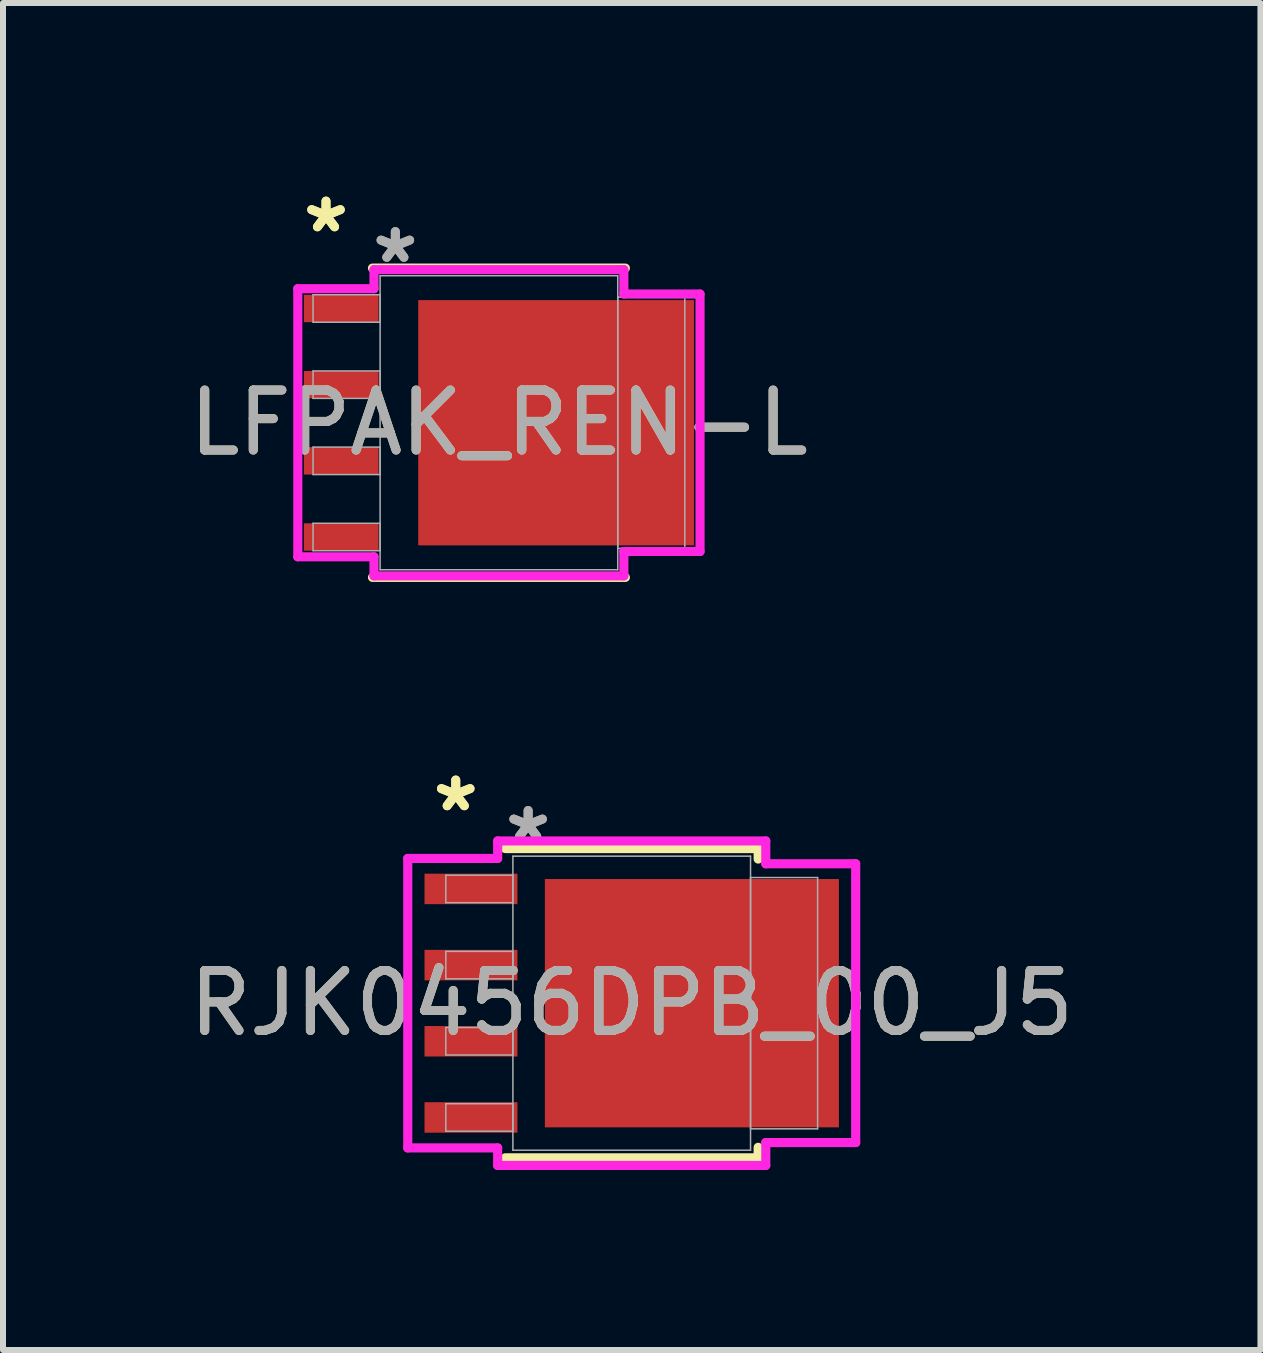
<source format=kicad_pcb>
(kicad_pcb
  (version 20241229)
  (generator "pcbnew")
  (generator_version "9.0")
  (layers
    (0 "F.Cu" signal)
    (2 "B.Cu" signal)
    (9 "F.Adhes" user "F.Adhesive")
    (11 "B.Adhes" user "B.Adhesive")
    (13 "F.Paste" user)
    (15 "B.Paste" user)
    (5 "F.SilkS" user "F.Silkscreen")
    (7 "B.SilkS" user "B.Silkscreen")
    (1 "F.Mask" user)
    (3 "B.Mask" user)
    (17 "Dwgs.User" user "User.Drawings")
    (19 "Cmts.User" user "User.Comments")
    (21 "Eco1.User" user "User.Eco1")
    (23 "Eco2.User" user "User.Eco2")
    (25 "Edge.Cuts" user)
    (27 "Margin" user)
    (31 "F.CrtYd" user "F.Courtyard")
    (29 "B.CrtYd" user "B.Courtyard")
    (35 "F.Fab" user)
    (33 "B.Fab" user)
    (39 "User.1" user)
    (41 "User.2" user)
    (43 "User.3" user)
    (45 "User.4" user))
  (footprint "LFPAK_REN-L"
    (layer "F.Cu")
    (at 5.268 3.998)
    (property "Reference" "LFPAK_REN-L" (at 0 0 0) (unlocked yes) (layer "F.SilkS") (effects (font (size 1 1) (thickness 0.15))))
    (attr smd)
    (fp_line (start -2.108 2.578) (end 2.108 2.578) (stroke (width 0.152) (type solid)) (layer "F.SilkS"))
    (fp_line (start 2.108 -2.578) (end -2.108 -2.578) (stroke (width 0.152) (type solid)) (layer "F.SilkS"))
    (fp_line (start -3.353 -2.235) (end -2.083 -2.235) (stroke (width 0.152) (type solid)) (layer "F.CrtYd"))
    (fp_line (start -3.353 2.235) (end -3.353 -2.235) (stroke (width 0.152) (type solid)) (layer "F.CrtYd"))
    (fp_line (start -2.083 -2.553) (end 2.083 -2.553) (stroke (width 0.152) (type solid)) (layer "F.CrtYd"))
    (fp_line (start -2.083 -2.235) (end -2.083 -2.553) (stroke (width 0.152) (type solid)) (layer "F.CrtYd"))
    (fp_line (start -2.083 2.235) (end -3.353 2.235) (stroke (width 0.152) (type solid)) (layer "F.CrtYd"))
    (fp_line (start -2.083 2.553) (end -2.083 2.235) (stroke (width 0.152) (type solid)) (layer "F.CrtYd"))
    (fp_line (start 2.083 -2.553) (end 2.083 -2.146) (stroke (width 0.152) (type solid)) (layer "F.CrtYd"))
    (fp_line (start 2.083 -2.146) (end 3.353 -2.146) (stroke (width 0.152) (type solid)) (layer "F.CrtYd"))
    (fp_line (start 2.083 2.146) (end 2.083 2.553) (stroke (width 0.152) (type solid)) (layer "F.CrtYd"))
    (fp_line (start 2.083 2.553) (end -2.083 2.553) (stroke (width 0.152) (type solid)) (layer "F.CrtYd"))
    (fp_line (start 3.353 -2.146) (end 3.353 2.146) (stroke (width 0.152) (type solid)) (layer "F.CrtYd"))
    (fp_line (start 3.353 2.146) (end 2.083 2.146) (stroke (width 0.152) (type solid)) (layer "F.CrtYd"))
    (fp_line (start -3.099 -2.134) (end -3.099 -1.676) (stroke (width 0.025) (type solid)) (layer "F.Fab"))
    (fp_line (start -3.099 -1.676) (end -1.981 -1.676) (stroke (width 0.025) (type solid)) (layer "F.Fab"))
    (fp_line (start -3.099 -0.864) (end -3.099 -0.406) (stroke (width 0.025) (type solid)) (layer "F.Fab"))
    (fp_line (start -3.099 -0.406) (end -1.981 -0.406) (stroke (width 0.025) (type solid)) (layer "F.Fab"))
    (fp_line (start -3.099 0.406) (end -3.099 0.864) (stroke (width 0.025) (type solid)) (layer "F.Fab"))
    (fp_line (start -3.099 0.864) (end -1.981 0.864) (stroke (width 0.025) (type solid)) (layer "F.Fab"))
    (fp_line (start -3.099 1.676) (end -3.099 2.134) (stroke (width 0.025) (type solid)) (layer "F.Fab"))
    (fp_line (start -3.099 2.134) (end -1.981 2.134) (stroke (width 0.025) (type solid)) (layer "F.Fab"))
    (fp_line (start -1.981 -2.451) (end -1.981 2.451) (stroke (width 0.025) (type solid)) (layer "F.Fab"))
    (fp_line (start -1.981 -2.134) (end -3.099 -2.134) (stroke (width 0.025) (type solid)) (layer "F.Fab"))
    (fp_line (start -1.981 -1.676) (end -1.981 -2.134) (stroke (width 0.025) (type solid)) (layer "F.Fab"))
    (fp_line (start -1.981 -0.864) (end -3.099 -0.864) (stroke (width 0.025) (type solid)) (layer "F.Fab"))
    (fp_line (start -1.981 -0.406) (end -1.981 -0.864) (stroke (width 0.025) (type solid)) (layer "F.Fab"))
    (fp_line (start -1.981 0.406) (end -3.099 0.406) (stroke (width 0.025) (type solid)) (layer "F.Fab"))
    (fp_line (start -1.981 0.864) (end -1.981 0.406) (stroke (width 0.025) (type solid)) (layer "F.Fab"))
    (fp_line (start -1.981 1.676) (end -3.099 1.676) (stroke (width 0.025) (type solid)) (layer "F.Fab"))
    (fp_line (start -1.981 2.134) (end -1.981 1.676) (stroke (width 0.025) (type solid)) (layer "F.Fab"))
    (fp_line (start -1.981 2.451) (end 1.981 2.451) (stroke (width 0.025) (type solid)) (layer "F.Fab"))
    (fp_line (start 1.981 -2.451) (end -1.981 -2.451) (stroke (width 0.025) (type solid)) (layer "F.Fab"))
    (fp_line (start 1.981 -2.095) (end 1.981 2.095) (stroke (width 0.025) (type solid)) (layer "F.Fab"))
    (fp_line (start 1.981 2.095) (end 3.099 2.095) (stroke (width 0.025) (type solid)) (layer "F.Fab"))
    (fp_line (start 1.981 2.451) (end 1.981 -2.451) (stroke (width 0.025) (type solid)) (layer "F.Fab"))
    (fp_line (start 3.099 -2.095) (end 1.981 -2.095) (stroke (width 0.025) (type solid)) (layer "F.Fab"))
    (fp_line (start 3.099 2.095) (end 3.099 -2.095) (stroke (width 0.025) (type solid)) (layer "F.Fab"))
    (fp_text user "*" (at -2.883 -3.15 0) (layer "F.SilkS") (effects (font (size 1 1) (thickness 0.15))))
    (fp_text user "*" (at -2.883 -3.15 0) (unlocked yes) (layer "F.SilkS") (effects (font (size 1 1) (thickness 0.15))))
    (fp_text user "${REFERENCE}" (at 0 0 0) (unlocked yes) (layer "F.Fab") (effects (font (size 1 1) (thickness 0.15))))
    (fp_text user "*" (at -1.727 -2.642 0) (unlocked yes) (layer "F.Fab") (effects (font (size 1 1) (thickness 0.15))))
    (fp_text user "*" (at -1.727 -2.642 0) (layer "F.Fab") (effects (font (size 1 1) (thickness 0.15))))
    (pad "1" smd rect (at -2.629 -1.905) (size 1.245 0.457) (layers "F.Cu" "F.Mask" "F.Paste"))
    (pad "2" smd rect (at -2.629 -0.635) (size 1.245 0.457) (layers "F.Cu" "F.Mask" "F.Paste"))
    (pad "3" smd rect (at -2.629 0.635) (size 1.245 0.457) (layers "F.Cu" "F.Mask" "F.Paste"))
    (pad "4" smd rect (at -2.629 1.905) (size 1.245 0.457) (layers "F.Cu" "F.Mask" "F.Paste"))
    (pad "5" smd rect (at 0.953 0) (size 4.597 4.089) (layers "F.Cu" "F.Mask" "F.Paste")))
  (footprint "RJK0456DPB_00_J5"
    (layer "F.Cu")
    (at 7.482 13.675)
    (property "Reference" "RJK0456DPB_00_J5" (at 0 0 0) (unlocked yes) (layer "F.SilkS") (effects (font (size 1 1) (thickness 0.15))))
    (attr smd)
    (fp_line (start -2.108 2.578) (end 2.108 2.578) (stroke (width 0.152) (type solid)) (layer "F.SilkS"))
    (fp_line (start 2.108 -2.578) (end -2.108 -2.578) (stroke (width 0.152) (type solid)) (layer "F.SilkS"))
    (fp_line (start 2.108 -2.403) (end 2.108 -2.578) (stroke (width 0.152) (type solid)) (layer "F.SilkS"))
    (fp_line (start 2.108 2.578) (end 2.108 2.403) (stroke (width 0.152) (type solid)) (layer "F.SilkS"))
    (fp_line (start -3.734 -2.413) (end -2.235 -2.413) (stroke (width 0.152) (type solid)) (layer "F.CrtYd"))
    (fp_line (start -3.734 2.413) (end -3.734 -2.413) (stroke (width 0.152) (type solid)) (layer "F.CrtYd"))
    (fp_line (start -2.235 -2.705) (end 2.235 -2.705) (stroke (width 0.152) (type solid)) (layer "F.CrtYd"))
    (fp_line (start -2.235 -2.413) (end -2.235 -2.705) (stroke (width 0.152) (type solid)) (layer "F.CrtYd"))
    (fp_line (start -2.235 2.413) (end -3.734 2.413) (stroke (width 0.152) (type solid)) (layer "F.CrtYd"))
    (fp_line (start -2.235 2.705) (end -2.235 2.413) (stroke (width 0.152) (type solid)) (layer "F.CrtYd"))
    (fp_line (start 2.235 -2.705) (end 2.235 -2.324) (stroke (width 0.152) (type solid)) (layer "F.CrtYd"))
    (fp_line (start 2.235 -2.324) (end 3.734 -2.324) (stroke (width 0.152) (type solid)) (layer "F.CrtYd"))
    (fp_line (start 2.235 2.324) (end 2.235 2.705) (stroke (width 0.152) (type solid)) (layer "F.CrtYd"))
    (fp_line (start 2.235 2.705) (end -2.235 2.705) (stroke (width 0.152) (type solid)) (layer "F.CrtYd"))
    (fp_line (start 3.734 -2.324) (end 3.734 2.324) (stroke (width 0.152) (type solid)) (layer "F.CrtYd"))
    (fp_line (start 3.734 2.324) (end 2.235 2.324) (stroke (width 0.152) (type solid)) (layer "F.CrtYd"))
    (fp_line (start -3.099 -2.134) (end -3.099 -1.676) (stroke (width 0.025) (type solid)) (layer "F.Fab"))
    (fp_line (start -3.099 -1.676) (end -1.981 -1.676) (stroke (width 0.025) (type solid)) (layer "F.Fab"))
    (fp_line (start -3.099 -0.864) (end -3.099 -0.406) (stroke (width 0.025) (type solid)) (layer "F.Fab"))
    (fp_line (start -3.099 -0.406) (end -1.981 -0.406) (stroke (width 0.025) (type solid)) (layer "F.Fab"))
    (fp_line (start -3.099 0.406) (end -3.099 0.864) (stroke (width 0.025) (type solid)) (layer "F.Fab"))
    (fp_line (start -3.099 0.864) (end -1.981 0.864) (stroke (width 0.025) (type solid)) (layer "F.Fab"))
    (fp_line (start -3.099 1.676) (end -3.099 2.134) (stroke (width 0.025) (type solid)) (layer "F.Fab"))
    (fp_line (start -3.099 2.134) (end -1.981 2.134) (stroke (width 0.025) (type solid)) (layer "F.Fab"))
    (fp_line (start -1.981 -2.451) (end -1.981 2.451) (stroke (width 0.025) (type solid)) (layer "F.Fab"))
    (fp_line (start -1.981 -2.134) (end -3.099 -2.134) (stroke (width 0.025) (type solid)) (layer "F.Fab"))
    (fp_line (start -1.981 -1.676) (end -1.981 -2.134) (stroke (width 0.025) (type solid)) (layer "F.Fab"))
    (fp_line (start -1.981 -0.864) (end -3.099 -0.864) (stroke (width 0.025) (type solid)) (layer "F.Fab"))
    (fp_line (start -1.981 -0.406) (end -1.981 -0.864) (stroke (width 0.025) (type solid)) (layer "F.Fab"))
    (fp_line (start -1.981 0.406) (end -3.099 0.406) (stroke (width 0.025) (type solid)) (layer "F.Fab"))
    (fp_line (start -1.981 0.864) (end -1.981 0.406) (stroke (width 0.025) (type solid)) (layer "F.Fab"))
    (fp_line (start -1.981 1.676) (end -3.099 1.676) (stroke (width 0.025) (type solid)) (layer "F.Fab"))
    (fp_line (start -1.981 2.134) (end -1.981 1.676) (stroke (width 0.025) (type solid)) (layer "F.Fab"))
    (fp_line (start -1.981 2.451) (end 1.981 2.451) (stroke (width 0.025) (type solid)) (layer "F.Fab"))
    (fp_line (start 1.981 -2.451) (end -1.981 -2.451) (stroke (width 0.025) (type solid)) (layer "F.Fab"))
    (fp_line (start 1.981 -2.095) (end 1.981 2.095) (stroke (width 0.025) (type solid)) (layer "F.Fab"))
    (fp_line (start 1.981 2.095) (end 3.099 2.095) (stroke (width 0.025) (type solid)) (layer "F.Fab"))
    (fp_line (start 1.981 2.451) (end 1.981 -2.451) (stroke (width 0.025) (type solid)) (layer "F.Fab"))
    (fp_line (start 3.099 -2.095) (end 1.981 -2.095) (stroke (width 0.025) (type solid)) (layer "F.Fab"))
    (fp_line (start 3.099 2.095) (end 3.099 -2.095) (stroke (width 0.025) (type solid)) (layer "F.Fab"))
    (fp_text user "*" (at -2.934 -3.175 0) (layer "F.SilkS") (effects (font (size 1 1) (thickness 0.15))))
    (fp_text user "*" (at -2.934 -3.175 0) (unlocked yes) (layer "F.SilkS") (effects (font (size 1 1) (thickness 0.15))))
    (fp_text user "*" (at -1.727 -2.667 0) (layer "F.Fab") (effects (font (size 1 1) (thickness 0.15))))
    (fp_text user "*" (at -1.727 -2.667 0) (unlocked yes) (layer "F.Fab") (effects (font (size 1 1) (thickness 0.15))))
    (fp_text user "${REFERENCE}" (at 0 0 0) (unlocked yes) (layer "F.Fab") (effects (font (size 1 1) (thickness 0.15))))
    (pad "1" smd rect (at -2.68 -1.905) (size 1.549 0.508) (layers "F.Cu" "F.Mask" "F.Paste"))
    (pad "2" smd rect (at -2.68 -0.635) (size 1.549 0.508) (layers "F.Cu" "F.Mask" "F.Paste"))
    (pad "3" smd rect (at -2.68 0.635) (size 1.549 0.508) (layers "F.Cu" "F.Mask" "F.Paste"))
    (pad "4" smd rect (at -2.68 1.905) (size 1.549 0.508) (layers "F.Cu" "F.Mask" "F.Paste"))
    (pad "5" smd rect (at 1.003 0) (size 4.902 4.14) (layers "F.Cu" "F.Mask" "F.Paste")))
  (gr_rect
    (start -3 -3)
    (end 17.964 19.457)
    (stroke (width 0.1) (type default))
    (fill no)
    (layer "Edge.Cuts")))
</source>
